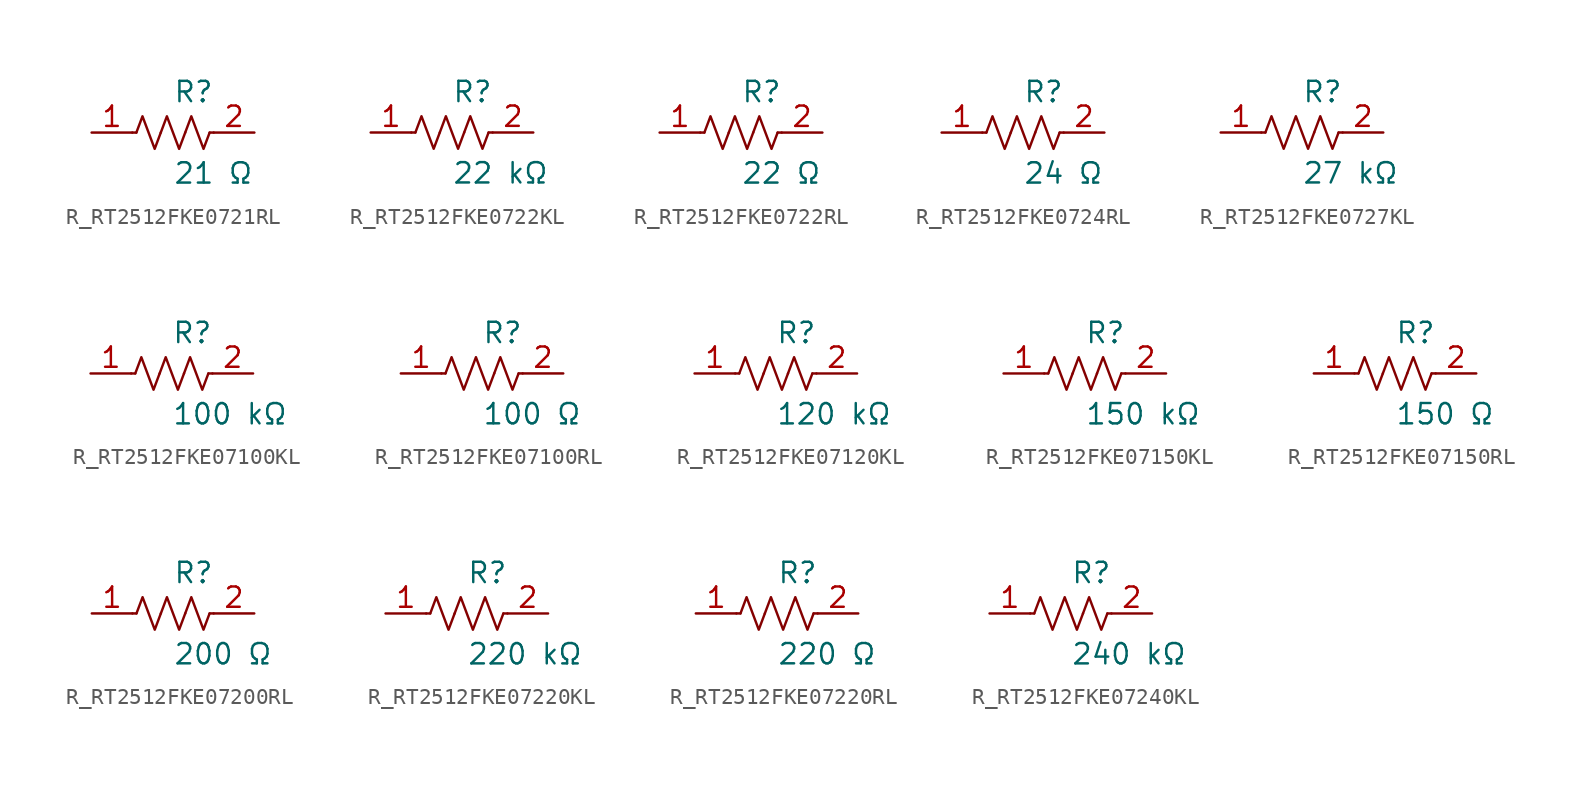
<source format=kicad_sym>
(kicad_symbol_lib
  (version 20231120)
  (generator kicad_symbol_editor)
  (generator_version 8.0)
  (symbol "R_RT2512FKE0721RL"
    (pin_names
      (offset 0.254))
    (property "Reference" "R"
      (at 0 2.54 0)
      (effects (font (size 1.27 1.27)) (justify left)))
    (property "Value" "21 Ω"
      (at 0 -2.54 0)
      (effects (font (size 1.27 1.27)) (justify left)))
    (symbol "R_RT2512FKE0721RL_0_1"
      (polyline (pts (xy 2.286 0) (xy 2.54 0)) (stroke (width 0) (type default)) (fill (type none)))
      (polyline (pts (xy -2.286 0) (xy -2.54 0)) (stroke (width 0) (type default)) (fill (type none)))
      (polyline (pts (xy 0.762 0) (xy 1.143 1.016) (xy 1.524 0) (xy 1.905 -1.016) (xy 2.286 0)) (stroke (width 0) (type default)) (fill (type none)))
      (polyline (pts (xy -0.762 0) (xy -0.381 1.016) (xy 0 0) (xy 0.381 -1.016) (xy 0.762 0)) (stroke (width 0) (type default)) (fill (type none)))
      (polyline (pts (xy -2.286 0) (xy -1.905 1.016) (xy -1.524 0) (xy -1.143 -1.016) (xy -0.762 0)) (stroke (width 0) (type default)) (fill (type none))))
    (pin passive line
      (at -5.08 0 0)
      (length 2.54)
      (name "" (effects (font (size 1.27 1.27))))
      (number "1" (effects (font (size 1.27 1.27)))))
    (pin passive line
      (at 5.08 0 180)
      (length 2.54)
      (name "" (effects (font (size 1.27 1.27))))
      (number "2" (effects (font (size 1.27 1.27))))))
  (symbol "R_RT2512FKE0722KL"
    (pin_names
      (offset 0.254))
    (property "Reference" "R"
      (at 0 2.54 0)
      (effects (font (size 1.27 1.27)) (justify left)))
    (property "Value" "22 kΩ"
      (at 0 -2.54 0)
      (effects (font (size 1.27 1.27)) (justify left)))
    (symbol "R_RT2512FKE0722KL_0_1"
      (polyline (pts (xy 2.286 0) (xy 2.54 0)) (stroke (width 0) (type default)) (fill (type none)))
      (polyline (pts (xy -2.286 0) (xy -2.54 0)) (stroke (width 0) (type default)) (fill (type none)))
      (polyline (pts (xy 0.762 0) (xy 1.143 1.016) (xy 1.524 0) (xy 1.905 -1.016) (xy 2.286 0)) (stroke (width 0) (type default)) (fill (type none)))
      (polyline (pts (xy -0.762 0) (xy -0.381 1.016) (xy 0 0) (xy 0.381 -1.016) (xy 0.762 0)) (stroke (width 0) (type default)) (fill (type none)))
      (polyline (pts (xy -2.286 0) (xy -1.905 1.016) (xy -1.524 0) (xy -1.143 -1.016) (xy -0.762 0)) (stroke (width 0) (type default)) (fill (type none))))
    (pin passive line
      (at -5.08 0 0)
      (length 2.54)
      (name "" (effects (font (size 1.27 1.27))))
      (number "1" (effects (font (size 1.27 1.27)))))
    (pin passive line
      (at 5.08 0 180)
      (length 2.54)
      (name "" (effects (font (size 1.27 1.27))))
      (number "2" (effects (font (size 1.27 1.27))))))
  (symbol "R_RT2512FKE0722RL"
    (pin_names
      (offset 0.254))
    (property "Reference" "R"
      (at 0 2.54 0)
      (effects (font (size 1.27 1.27)) (justify left)))
    (property "Value" "22 Ω"
      (at 0 -2.54 0)
      (effects (font (size 1.27 1.27)) (justify left)))
    (symbol "R_RT2512FKE0722RL_0_1"
      (polyline (pts (xy 2.286 0) (xy 2.54 0)) (stroke (width 0) (type default)) (fill (type none)))
      (polyline (pts (xy -2.286 0) (xy -2.54 0)) (stroke (width 0) (type default)) (fill (type none)))
      (polyline (pts (xy 0.762 0) (xy 1.143 1.016) (xy 1.524 0) (xy 1.905 -1.016) (xy 2.286 0)) (stroke (width 0) (type default)) (fill (type none)))
      (polyline (pts (xy -0.762 0) (xy -0.381 1.016) (xy 0 0) (xy 0.381 -1.016) (xy 0.762 0)) (stroke (width 0) (type default)) (fill (type none)))
      (polyline (pts (xy -2.286 0) (xy -1.905 1.016) (xy -1.524 0) (xy -1.143 -1.016) (xy -0.762 0)) (stroke (width 0) (type default)) (fill (type none))))
    (pin passive line
      (at -5.08 0 0)
      (length 2.54)
      (name "" (effects (font (size 1.27 1.27))))
      (number "1" (effects (font (size 1.27 1.27)))))
    (pin passive line
      (at 5.08 0 180)
      (length 2.54)
      (name "" (effects (font (size 1.27 1.27))))
      (number "2" (effects (font (size 1.27 1.27))))))
  (symbol "R_RT2512FKE0724RL"
    (pin_names
      (offset 0.254))
    (property "Reference" "R"
      (at 0 2.54 0)
      (effects (font (size 1.27 1.27)) (justify left)))
    (property "Value" "24 Ω"
      (at 0 -2.54 0)
      (effects (font (size 1.27 1.27)) (justify left)))
    (symbol "R_RT2512FKE0724RL_0_1"
      (polyline (pts (xy 2.286 0) (xy 2.54 0)) (stroke (width 0) (type default)) (fill (type none)))
      (polyline (pts (xy -2.286 0) (xy -2.54 0)) (stroke (width 0) (type default)) (fill (type none)))
      (polyline (pts (xy 0.762 0) (xy 1.143 1.016) (xy 1.524 0) (xy 1.905 -1.016) (xy 2.286 0)) (stroke (width 0) (type default)) (fill (type none)))
      (polyline (pts (xy -0.762 0) (xy -0.381 1.016) (xy 0 0) (xy 0.381 -1.016) (xy 0.762 0)) (stroke (width 0) (type default)) (fill (type none)))
      (polyline (pts (xy -2.286 0) (xy -1.905 1.016) (xy -1.524 0) (xy -1.143 -1.016) (xy -0.762 0)) (stroke (width 0) (type default)) (fill (type none))))
    (pin passive line
      (at -5.08 0 0)
      (length 2.54)
      (name "" (effects (font (size 1.27 1.27))))
      (number "1" (effects (font (size 1.27 1.27)))))
    (pin passive line
      (at 5.08 0 180)
      (length 2.54)
      (name "" (effects (font (size 1.27 1.27))))
      (number "2" (effects (font (size 1.27 1.27))))))
  (symbol "R_RT2512FKE0727KL"
    (pin_names
      (offset 0.254))
    (property "Reference" "R"
      (at 0 2.54 0)
      (effects (font (size 1.27 1.27)) (justify left)))
    (property "Value" "27 kΩ"
      (at 0 -2.54 0)
      (effects (font (size 1.27 1.27)) (justify left)))
    (symbol "R_RT2512FKE0727KL_0_1"
      (polyline (pts (xy 2.286 0) (xy 2.54 0)) (stroke (width 0) (type default)) (fill (type none)))
      (polyline (pts (xy -2.286 0) (xy -2.54 0)) (stroke (width 0) (type default)) (fill (type none)))
      (polyline (pts (xy 0.762 0) (xy 1.143 1.016) (xy 1.524 0) (xy 1.905 -1.016) (xy 2.286 0)) (stroke (width 0) (type default)) (fill (type none)))
      (polyline (pts (xy -0.762 0) (xy -0.381 1.016) (xy 0 0) (xy 0.381 -1.016) (xy 0.762 0)) (stroke (width 0) (type default)) (fill (type none)))
      (polyline (pts (xy -2.286 0) (xy -1.905 1.016) (xy -1.524 0) (xy -1.143 -1.016) (xy -0.762 0)) (stroke (width 0) (type default)) (fill (type none))))
    (pin passive line
      (at -5.08 0 0)
      (length 2.54)
      (name "" (effects (font (size 1.27 1.27))))
      (number "1" (effects (font (size 1.27 1.27)))))
    (pin passive line
      (at 5.08 0 180)
      (length 2.54)
      (name "" (effects (font (size 1.27 1.27))))
      (number "2" (effects (font (size 1.27 1.27))))))
  (symbol "R_RT2512FKE07100KL"
    (pin_names
      (offset 0.254))
    (property "Reference" "R"
      (at 0 2.54 0)
      (effects (font (size 1.27 1.27)) (justify left)))
    (property "Value" "100 kΩ"
      (at 0 -2.54 0)
      (effects (font (size 1.27 1.27)) (justify left)))
    (symbol "R_RT2512FKE07100KL_0_1"
      (polyline (pts (xy 2.286 0) (xy 2.54 0)) (stroke (width 0) (type default)) (fill (type none)))
      (polyline (pts (xy -2.286 0) (xy -2.54 0)) (stroke (width 0) (type default)) (fill (type none)))
      (polyline (pts (xy 0.762 0) (xy 1.143 1.016) (xy 1.524 0) (xy 1.905 -1.016) (xy 2.286 0)) (stroke (width 0) (type default)) (fill (type none)))
      (polyline (pts (xy -0.762 0) (xy -0.381 1.016) (xy 0 0) (xy 0.381 -1.016) (xy 0.762 0)) (stroke (width 0) (type default)) (fill (type none)))
      (polyline (pts (xy -2.286 0) (xy -1.905 1.016) (xy -1.524 0) (xy -1.143 -1.016) (xy -0.762 0)) (stroke (width 0) (type default)) (fill (type none))))
    (pin passive line
      (at -5.08 0 0)
      (length 2.54)
      (name "" (effects (font (size 1.27 1.27))))
      (number "1" (effects (font (size 1.27 1.27)))))
    (pin passive line
      (at 5.08 0 180)
      (length 2.54)
      (name "" (effects (font (size 1.27 1.27))))
      (number "2" (effects (font (size 1.27 1.27))))))
  (symbol "R_RT2512FKE07100RL"
    (pin_names
      (offset 0.254))
    (property "Reference" "R"
      (at 0 2.54 0)
      (effects (font (size 1.27 1.27)) (justify left)))
    (property "Value" "100 Ω"
      (at 0 -2.54 0)
      (effects (font (size 1.27 1.27)) (justify left)))
    (symbol "R_RT2512FKE07100RL_0_1"
      (polyline (pts (xy 2.286 0) (xy 2.54 0)) (stroke (width 0) (type default)) (fill (type none)))
      (polyline (pts (xy -2.286 0) (xy -2.54 0)) (stroke (width 0) (type default)) (fill (type none)))
      (polyline (pts (xy 0.762 0) (xy 1.143 1.016) (xy 1.524 0) (xy 1.905 -1.016) (xy 2.286 0)) (stroke (width 0) (type default)) (fill (type none)))
      (polyline (pts (xy -0.762 0) (xy -0.381 1.016) (xy 0 0) (xy 0.381 -1.016) (xy 0.762 0)) (stroke (width 0) (type default)) (fill (type none)))
      (polyline (pts (xy -2.286 0) (xy -1.905 1.016) (xy -1.524 0) (xy -1.143 -1.016) (xy -0.762 0)) (stroke (width 0) (type default)) (fill (type none))))
    (pin passive line
      (at -5.08 0 0)
      (length 2.54)
      (name "" (effects (font (size 1.27 1.27))))
      (number "1" (effects (font (size 1.27 1.27)))))
    (pin passive line
      (at 5.08 0 180)
      (length 2.54)
      (name "" (effects (font (size 1.27 1.27))))
      (number "2" (effects (font (size 1.27 1.27))))))
  (symbol "R_RT2512FKE07120KL"
    (pin_names
      (offset 0.254))
    (property "Reference" "R"
      (at 0 2.54 0)
      (effects (font (size 1.27 1.27)) (justify left)))
    (property "Value" "120 kΩ"
      (at 0 -2.54 0)
      (effects (font (size 1.27 1.27)) (justify left)))
    (symbol "R_RT2512FKE07120KL_0_1"
      (polyline (pts (xy 2.286 0) (xy 2.54 0)) (stroke (width 0) (type default)) (fill (type none)))
      (polyline (pts (xy -2.286 0) (xy -2.54 0)) (stroke (width 0) (type default)) (fill (type none)))
      (polyline (pts (xy 0.762 0) (xy 1.143 1.016) (xy 1.524 0) (xy 1.905 -1.016) (xy 2.286 0)) (stroke (width 0) (type default)) (fill (type none)))
      (polyline (pts (xy -0.762 0) (xy -0.381 1.016) (xy 0 0) (xy 0.381 -1.016) (xy 0.762 0)) (stroke (width 0) (type default)) (fill (type none)))
      (polyline (pts (xy -2.286 0) (xy -1.905 1.016) (xy -1.524 0) (xy -1.143 -1.016) (xy -0.762 0)) (stroke (width 0) (type default)) (fill (type none))))
    (pin passive line
      (at -5.08 0 0)
      (length 2.54)
      (name "" (effects (font (size 1.27 1.27))))
      (number "1" (effects (font (size 1.27 1.27)))))
    (pin passive line
      (at 5.08 0 180)
      (length 2.54)
      (name "" (effects (font (size 1.27 1.27))))
      (number "2" (effects (font (size 1.27 1.27))))))
  (symbol "R_RT2512FKE07150KL"
    (pin_names
      (offset 0.254))
    (property "Reference" "R"
      (at 0 2.54 0)
      (effects (font (size 1.27 1.27)) (justify left)))
    (property "Value" "150 kΩ"
      (at 0 -2.54 0)
      (effects (font (size 1.27 1.27)) (justify left)))
    (symbol "R_RT2512FKE07150KL_0_1"
      (polyline (pts (xy 2.286 0) (xy 2.54 0)) (stroke (width 0) (type default)) (fill (type none)))
      (polyline (pts (xy -2.286 0) (xy -2.54 0)) (stroke (width 0) (type default)) (fill (type none)))
      (polyline (pts (xy 0.762 0) (xy 1.143 1.016) (xy 1.524 0) (xy 1.905 -1.016) (xy 2.286 0)) (stroke (width 0) (type default)) (fill (type none)))
      (polyline (pts (xy -0.762 0) (xy -0.381 1.016) (xy 0 0) (xy 0.381 -1.016) (xy 0.762 0)) (stroke (width 0) (type default)) (fill (type none)))
      (polyline (pts (xy -2.286 0) (xy -1.905 1.016) (xy -1.524 0) (xy -1.143 -1.016) (xy -0.762 0)) (stroke (width 0) (type default)) (fill (type none))))
    (pin passive line
      (at -5.08 0 0)
      (length 2.54)
      (name "" (effects (font (size 1.27 1.27))))
      (number "1" (effects (font (size 1.27 1.27)))))
    (pin passive line
      (at 5.08 0 180)
      (length 2.54)
      (name "" (effects (font (size 1.27 1.27))))
      (number "2" (effects (font (size 1.27 1.27))))))
  (symbol "R_RT2512FKE07150RL"
    (pin_names
      (offset 0.254))
    (property "Reference" "R"
      (at 0 2.54 0)
      (effects (font (size 1.27 1.27)) (justify left)))
    (property "Value" "150 Ω"
      (at 0 -2.54 0)
      (effects (font (size 1.27 1.27)) (justify left)))
    (symbol "R_RT2512FKE07150RL_0_1"
      (polyline (pts (xy 2.286 0) (xy 2.54 0)) (stroke (width 0) (type default)) (fill (type none)))
      (polyline (pts (xy -2.286 0) (xy -2.54 0)) (stroke (width 0) (type default)) (fill (type none)))
      (polyline (pts (xy 0.762 0) (xy 1.143 1.016) (xy 1.524 0) (xy 1.905 -1.016) (xy 2.286 0)) (stroke (width 0) (type default)) (fill (type none)))
      (polyline (pts (xy -0.762 0) (xy -0.381 1.016) (xy 0 0) (xy 0.381 -1.016) (xy 0.762 0)) (stroke (width 0) (type default)) (fill (type none)))
      (polyline (pts (xy -2.286 0) (xy -1.905 1.016) (xy -1.524 0) (xy -1.143 -1.016) (xy -0.762 0)) (stroke (width 0) (type default)) (fill (type none))))
    (pin passive line
      (at -5.08 0 0)
      (length 2.54)
      (name "" (effects (font (size 1.27 1.27))))
      (number "1" (effects (font (size 1.27 1.27)))))
    (pin passive line
      (at 5.08 0 180)
      (length 2.54)
      (name "" (effects (font (size 1.27 1.27))))
      (number "2" (effects (font (size 1.27 1.27))))))
  (symbol "R_RT2512FKE07200RL"
    (pin_names
      (offset 0.254))
    (property "Reference" "R"
      (at 0 2.54 0)
      (effects (font (size 1.27 1.27)) (justify left)))
    (property "Value" "200 Ω"
      (at 0 -2.54 0)
      (effects (font (size 1.27 1.27)) (justify left)))
    (symbol "R_RT2512FKE07200RL_0_1"
      (polyline (pts (xy 2.286 0) (xy 2.54 0)) (stroke (width 0) (type default)) (fill (type none)))
      (polyline (pts (xy -2.286 0) (xy -2.54 0)) (stroke (width 0) (type default)) (fill (type none)))
      (polyline (pts (xy 0.762 0) (xy 1.143 1.016) (xy 1.524 0) (xy 1.905 -1.016) (xy 2.286 0)) (stroke (width 0) (type default)) (fill (type none)))
      (polyline (pts (xy -0.762 0) (xy -0.381 1.016) (xy 0 0) (xy 0.381 -1.016) (xy 0.762 0)) (stroke (width 0) (type default)) (fill (type none)))
      (polyline (pts (xy -2.286 0) (xy -1.905 1.016) (xy -1.524 0) (xy -1.143 -1.016) (xy -0.762 0)) (stroke (width 0) (type default)) (fill (type none))))
    (pin passive line
      (at -5.08 0 0)
      (length 2.54)
      (name "" (effects (font (size 1.27 1.27))))
      (number "1" (effects (font (size 1.27 1.27)))))
    (pin passive line
      (at 5.08 0 180)
      (length 2.54)
      (name "" (effects (font (size 1.27 1.27))))
      (number "2" (effects (font (size 1.27 1.27))))))
  (symbol "R_RT2512FKE07220KL"
    (pin_names
      (offset 0.254))
    (property "Reference" "R"
      (at 0 2.54 0)
      (effects (font (size 1.27 1.27)) (justify left)))
    (property "Value" "220 kΩ"
      (at 0 -2.54 0)
      (effects (font (size 1.27 1.27)) (justify left)))
    (symbol "R_RT2512FKE07220KL_0_1"
      (polyline (pts (xy 2.286 0) (xy 2.54 0)) (stroke (width 0) (type default)) (fill (type none)))
      (polyline (pts (xy -2.286 0) (xy -2.54 0)) (stroke (width 0) (type default)) (fill (type none)))
      (polyline (pts (xy 0.762 0) (xy 1.143 1.016) (xy 1.524 0) (xy 1.905 -1.016) (xy 2.286 0)) (stroke (width 0) (type default)) (fill (type none)))
      (polyline (pts (xy -0.762 0) (xy -0.381 1.016) (xy 0 0) (xy 0.381 -1.016) (xy 0.762 0)) (stroke (width 0) (type default)) (fill (type none)))
      (polyline (pts (xy -2.286 0) (xy -1.905 1.016) (xy -1.524 0) (xy -1.143 -1.016) (xy -0.762 0)) (stroke (width 0) (type default)) (fill (type none))))
    (pin passive line
      (at -5.08 0 0)
      (length 2.54)
      (name "" (effects (font (size 1.27 1.27))))
      (number "1" (effects (font (size 1.27 1.27)))))
    (pin passive line
      (at 5.08 0 180)
      (length 2.54)
      (name "" (effects (font (size 1.27 1.27))))
      (number "2" (effects (font (size 1.27 1.27))))))
  (symbol "R_RT2512FKE07220RL"
    (pin_names
      (offset 0.254))
    (property "Reference" "R"
      (at 0 2.54 0)
      (effects (font (size 1.27 1.27)) (justify left)))
    (property "Value" "220 Ω"
      (at 0 -2.54 0)
      (effects (font (size 1.27 1.27)) (justify left)))
    (symbol "R_RT2512FKE07220RL_0_1"
      (polyline (pts (xy 2.286 0) (xy 2.54 0)) (stroke (width 0) (type default)) (fill (type none)))
      (polyline (pts (xy -2.286 0) (xy -2.54 0)) (stroke (width 0) (type default)) (fill (type none)))
      (polyline (pts (xy 0.762 0) (xy 1.143 1.016) (xy 1.524 0) (xy 1.905 -1.016) (xy 2.286 0)) (stroke (width 0) (type default)) (fill (type none)))
      (polyline (pts (xy -0.762 0) (xy -0.381 1.016) (xy 0 0) (xy 0.381 -1.016) (xy 0.762 0)) (stroke (width 0) (type default)) (fill (type none)))
      (polyline (pts (xy -2.286 0) (xy -1.905 1.016) (xy -1.524 0) (xy -1.143 -1.016) (xy -0.762 0)) (stroke (width 0) (type default)) (fill (type none))))
    (pin passive line
      (at -5.08 0 0)
      (length 2.54)
      (name "" (effects (font (size 1.27 1.27))))
      (number "1" (effects (font (size 1.27 1.27)))))
    (pin passive line
      (at 5.08 0 180)
      (length 2.54)
      (name "" (effects (font (size 1.27 1.27))))
      (number "2" (effects (font (size 1.27 1.27))))))
  (symbol "R_RT2512FKE07240KL"
    (pin_names
      (offset 0.254))
    (property "Reference" "R"
      (at 0 2.54 0)
      (effects (font (size 1.27 1.27)) (justify left)))
    (property "Value" "240 kΩ"
      (at 0 -2.54 0)
      (effects (font (size 1.27 1.27)) (justify left)))
    (symbol "R_RT2512FKE07240KL_0_1"
      (polyline (pts (xy 2.286 0) (xy 2.54 0)) (stroke (width 0) (type default)) (fill (type none)))
      (polyline (pts (xy -2.286 0) (xy -2.54 0)) (stroke (width 0) (type default)) (fill (type none)))
      (polyline (pts (xy 0.762 0) (xy 1.143 1.016) (xy 1.524 0) (xy 1.905 -1.016) (xy 2.286 0)) (stroke (width 0) (type default)) (fill (type none)))
      (polyline (pts (xy -0.762 0) (xy -0.381 1.016) (xy 0 0) (xy 0.381 -1.016) (xy 0.762 0)) (stroke (width 0) (type default)) (fill (type none)))
      (polyline (pts (xy -2.286 0) (xy -1.905 1.016) (xy -1.524 0) (xy -1.143 -1.016) (xy -0.762 0)) (stroke (width 0) (type default)) (fill (type none))))
    (pin passive line
      (at -5.08 0 0)
      (length 2.54)
      (name "" (effects (font (size 1.27 1.27))))
      (number "1" (effects (font (size 1.27 1.27)))))
    (pin passive line
      (at 5.08 0 180)
      (length 2.54)
      (name "" (effects (font (size 1.27 1.27))))
      (number "2" (effects (font (size 1.27 1.27)))))))
</source>
